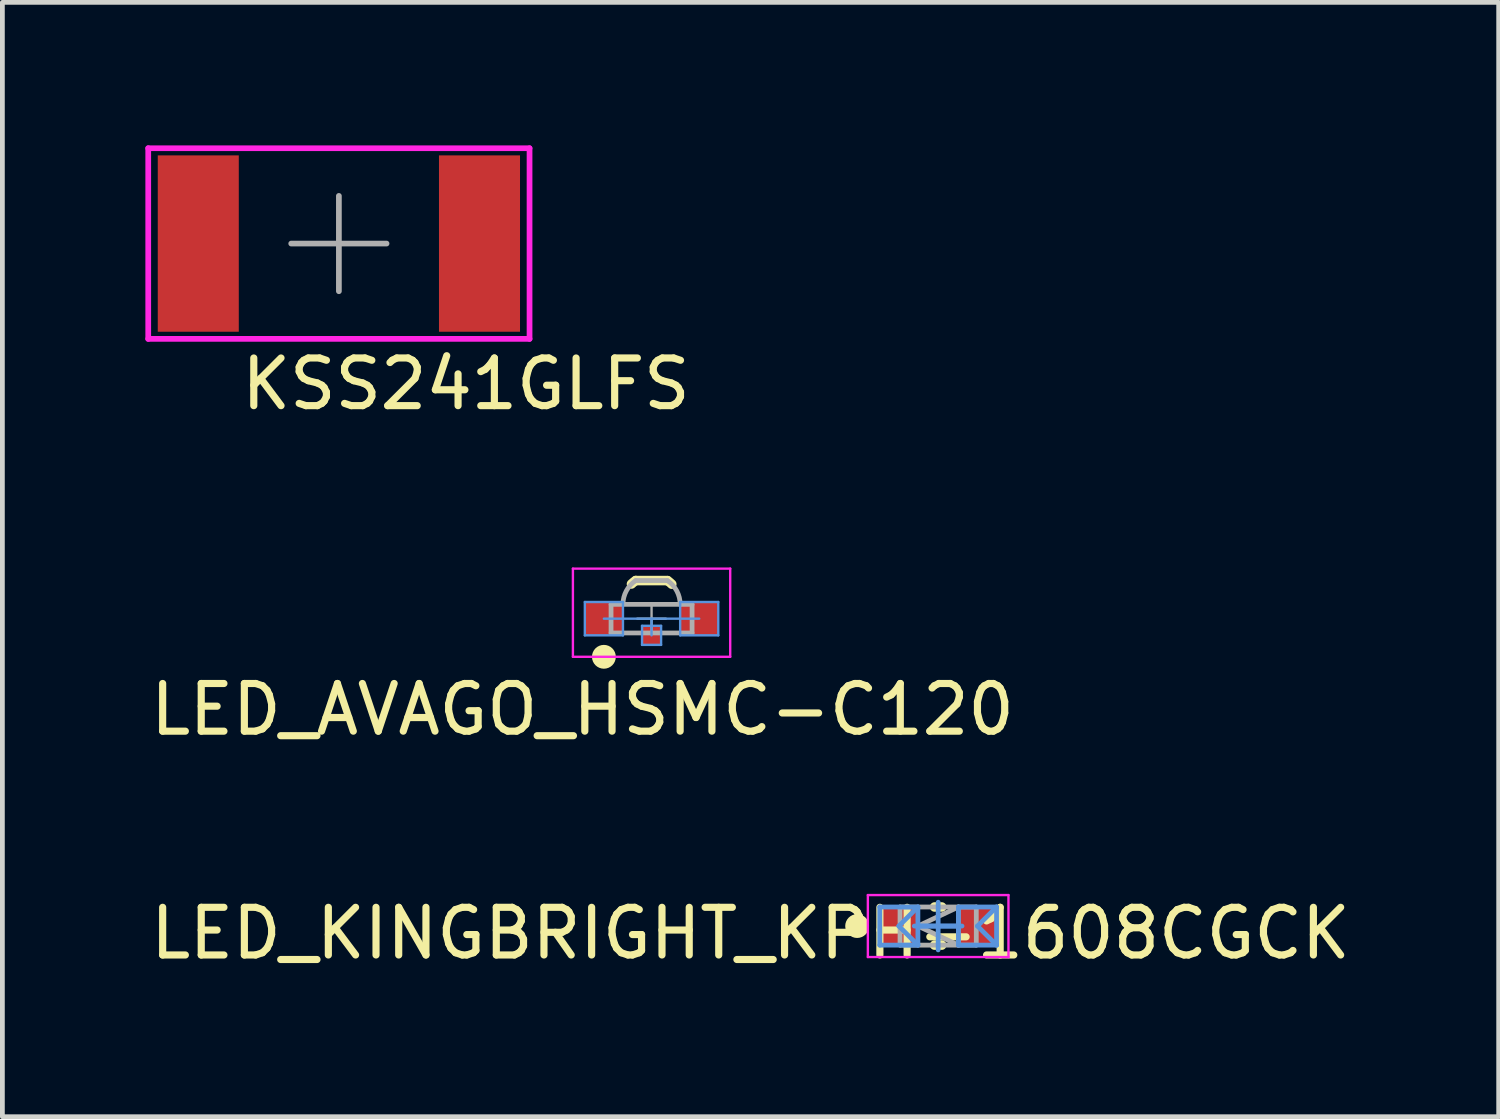
<source format=kicad_pcb>
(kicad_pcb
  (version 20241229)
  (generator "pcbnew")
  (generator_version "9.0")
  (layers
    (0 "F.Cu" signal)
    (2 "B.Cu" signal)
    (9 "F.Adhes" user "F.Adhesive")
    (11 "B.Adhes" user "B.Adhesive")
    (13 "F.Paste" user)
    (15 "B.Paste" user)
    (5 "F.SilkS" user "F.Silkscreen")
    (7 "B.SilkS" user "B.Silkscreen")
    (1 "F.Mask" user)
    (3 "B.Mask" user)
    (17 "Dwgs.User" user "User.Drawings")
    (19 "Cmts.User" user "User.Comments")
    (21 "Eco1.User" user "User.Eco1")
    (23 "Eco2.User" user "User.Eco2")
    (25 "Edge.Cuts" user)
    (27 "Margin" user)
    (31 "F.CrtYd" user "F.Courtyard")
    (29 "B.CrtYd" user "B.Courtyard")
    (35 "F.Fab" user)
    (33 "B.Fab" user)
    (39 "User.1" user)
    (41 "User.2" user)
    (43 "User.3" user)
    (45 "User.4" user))
  (footprint "KSS241GLFS"
    (layer "F.Cu")
    (at 4.06 2.06)
    (property "Reference" "KSS241GLFS" (at 2.667 2.946 180) (layer "F.SilkS") (effects (font (size 1 1) (thickness 0.15))))
    (attr smd)
    (fp_line (start -4 -2) (end 4 -2) (stroke (width 0.12) (type solid)) (layer "F.CrtYd"))
    (fp_line (start -4 2) (end -4 -2) (stroke (width 0.12) (type solid)) (layer "F.CrtYd"))
    (fp_line (start 4 -2) (end 4 2) (stroke (width 0.12) (type solid)) (layer "F.CrtYd"))
    (fp_line (start 4 2) (end -4 2) (stroke (width 0.12) (type solid)) (layer "F.CrtYd"))
    (fp_line (start -1 0) (end 1 0) (stroke (width 0.12) (type solid)) (layer "F.Fab"))
    (fp_line (start 0 -1) (end 0 1) (stroke (width 0.12) (type solid)) (layer "F.Fab"))
    (pad "1" smd rect (at -2.95 0) (size 1.7 3.7) (layers "F.Cu" "F.Mask" "F.Paste"))
    (pad "2" smd rect (at 2.95 0) (size 1.7 3.7) (layers "F.Cu" "F.Mask" "F.Paste")))
  (footprint "LED_KINGBRIGHT_KPH-1608CGCK"
    (layer "F.Cu")
    (at 16.633 16.379)
    (property "Reference" "LED_KINGBRIGHT_KPH-1608CGCK" (at -3.937 0.152 0) (layer "F.SilkS") (effects (font (size 1 1) (thickness 0.15))))
    (attr smd)
    (fp_line (start -0.075 -0.4) (end 0.075 -0.4) (stroke (width 0.2) (type solid)) (layer "F.SilkS"))
    (fp_line (start -0.075 0.4) (end 0.075 0.4) (stroke (width 0.2) (type solid)) (layer "F.SilkS"))
    (fp_circle (center -1.7 0) (end -1.575 0) (stroke (width 0.25) (type solid)) (fill no) (layer "F.SilkS"))
    (fp_line (start -1.225 -0.4) (end -0.425 -0.4) (stroke (width 0.1) (type solid)) (layer "Cmts.User"))
    (fp_line (start -1.225 0.4) (end -1.225 -0.4) (stroke (width 0.1) (type solid)) (layer "Cmts.User"))
    (fp_line (start -1.225 0.4) (end -0.425 0.4) (stroke (width 0.1) (type solid)) (layer "Cmts.User"))
    (fp_line (start -0.825 0) (end -0.425 -0.4) (stroke (width 0.1) (type solid)) (layer "Cmts.User"))
    (fp_line (start -0.825 0) (end -0.425 0.4) (stroke (width 0.1) (type solid)) (layer "Cmts.User"))
    (fp_line (start -0.5 0) (end 0 0) (stroke (width 0.1) (type solid)) (layer "Cmts.User"))
    (fp_line (start -0.425 0) (end 0.425 0) (stroke (width 0.1) (type solid)) (layer "Cmts.User"))
    (fp_line (start -0.425 0.4) (end -0.425 -0.4) (stroke (width 0.1) (type solid)) (layer "Cmts.User"))
    (fp_line (start 0 0) (end 0 -0.5) (stroke (width 0.1) (type solid)) (layer "Cmts.User"))
    (fp_line (start 0 0) (end 0.5 0) (stroke (width 0.1) (type solid)) (layer "Cmts.User"))
    (fp_line (start 0 0.5) (end 0 0) (stroke (width 0.1) (type solid)) (layer "Cmts.User"))
    (fp_line (start 0.425 -0.4) (end 1.225 -0.4) (stroke (width 0.1) (type solid)) (layer "Cmts.User"))
    (fp_line (start 0.425 0.4) (end 0.425 -0.4) (stroke (width 0.1) (type solid)) (layer "Cmts.User"))
    (fp_line (start 0.425 0.4) (end 1.225 0.4) (stroke (width 0.1) (type solid)) (layer "Cmts.User"))
    (fp_line (start 0.825 0) (end 1.225 -0.4) (stroke (width 0.1) (type solid)) (layer "Cmts.User"))
    (fp_line (start 0.825 0) (end 1.225 0.4) (stroke (width 0.1) (type solid)) (layer "Cmts.User"))
    (fp_line (start 1.225 0.4) (end 1.225 -0.4) (stroke (width 0.1) (type solid)) (layer "Cmts.User"))
    (fp_line (start -1.475 -0.65) (end 1.475 -0.65) (stroke (width 0.05) (type solid)) (layer "F.CrtYd"))
    (fp_line (start -1.475 0.65) (end -1.475 -0.65) (stroke (width 0.05) (type solid)) (layer "F.CrtYd"))
    (fp_line (start -1.475 0.65) (end 1.475 0.65) (stroke (width 0.05) (type solid)) (layer "F.CrtYd"))
    (fp_line (start 1.475 0.65) (end 1.475 -0.65) (stroke (width 0.05) (type solid)) (layer "F.CrtYd"))
    (fp_line (start -0.8 -0.4) (end 0.8 -0.4) (stroke (width 0.1) (type solid)) (layer "F.Fab"))
    (fp_line (start -0.8 0.4) (end -0.8 -0.4) (stroke (width 0.1) (type solid)) (layer "F.Fab"))
    (fp_line (start -0.8 0.4) (end 0.8 0.4) (stroke (width 0.1) (type solid)) (layer "F.Fab"))
    (fp_line (start -0.425 0) (end 0.425 -0.4) (stroke (width 0.1) (type solid)) (layer "F.Fab"))
    (fp_line (start -0.425 0) (end 0.425 0.4) (stroke (width 0.1) (type solid)) (layer "F.Fab"))
    (fp_line (start 0.425 0.4) (end 0.425 -0.4) (stroke (width 0.1) (type solid)) (layer "F.Fab"))
    (fp_line (start 0.8 0.4) (end 0.8 -0.4) (stroke (width 0.1) (type solid)) (layer "F.Fab"))
    (pad "1" smd rect (at 0.825 0) (size 0.8 0.8) (layers "F.Cu" "F.Mask" "F.Paste"))
    (pad "2" smd rect (at -0.825 0) (size 0.8 0.8) (layers "F.Cu" "F.Mask" "F.Paste")))
  (footprint "LED_AVAGO_HSMC-C120"
    (layer "F.Cu")
    (at 10.62 9.93)
    (property "Reference" "LED_AVAGO_HSMC-C120" (at -1.448 1.905 0) (layer "F.SilkS") (effects (font (size 1 1) (thickness 0.15))))
    (attr smd)
    (fp_line (start -0.332 -0.8) (end 0.332 -0.8) (stroke (width 0.2) (type solid)) (layer "F.SilkS"))
    (fp_arc (start -0.421305 -0.727465) (mid -0.378395 -0.765877) (end -0.332 -0.8) (stroke (width 0.2) (type solid)) (layer "F.SilkS"))
    (fp_arc (start 0.335307 -0.797113) (mid 0.381409 -0.762687) (end 0.424 -0.724) (stroke (width 0.2) (type solid)) (layer "F.SilkS"))
    (fp_circle (center -1 0.8) (end -0.875 0.8) (stroke (width 0.25) (type solid)) (fill no) (layer "F.SilkS"))
    (fp_line (start -1.4 -0.35) (end -0.6 -0.35) (stroke (width 0.05) (type solid)) (layer "Cmts.User"))
    (fp_line (start -1.4 0.35) (end -1.4 -0.35) (stroke (width 0.05) (type solid)) (layer "Cmts.User"))
    (fp_line (start -1.4 0.35) (end -0.6 0.35) (stroke (width 0.05) (type solid)) (layer "Cmts.User"))
    (fp_line (start -1 0) (end 1 0) (stroke (width 0.05) (type solid)) (layer "Cmts.User"))
    (fp_line (start -0.6 0.35) (end -0.6 -0.35) (stroke (width 0.05) (type solid)) (layer "Cmts.User"))
    (fp_line (start -0.2 0.15) (end 0.2 0.15) (stroke (width 0.05) (type solid)) (layer "Cmts.User"))
    (fp_line (start -0.2 0.55) (end -0.2 0.15) (stroke (width 0.05) (type solid)) (layer "Cmts.User"))
    (fp_line (start -0.2 0.55) (end 0.2 0.55) (stroke (width 0.05) (type solid)) (layer "Cmts.User"))
    (fp_line (start 0 0.35) (end 0 0) (stroke (width 0.05) (type solid)) (layer "Cmts.User"))
    (fp_line (start 0.2 0.15) (end 0.2 0.55) (stroke (width 0.05) (type solid)) (layer "Cmts.User"))
    (fp_line (start 0.6 -0.35) (end 1.4 -0.35) (stroke (width 0.05) (type solid)) (layer "Cmts.User"))
    (fp_line (start 0.6 0.35) (end 0.6 -0.35) (stroke (width 0.05) (type solid)) (layer "Cmts.User"))
    (fp_line (start 0.6 0.35) (end 1.4 0.35) (stroke (width 0.05) (type solid)) (layer "Cmts.User"))
    (fp_line (start 1.4 0.35) (end 1.4 -0.35) (stroke (width 0.05) (type solid)) (layer "Cmts.User"))
    (fp_line (start -1.65 -1.05) (end 1.65 -1.05) (stroke (width 0.05) (type solid)) (layer "F.CrtYd"))
    (fp_line (start -1.65 0.8) (end -1.65 -1.05) (stroke (width 0.05) (type solid)) (layer "F.CrtYd"))
    (fp_line (start -1.65 0.8) (end 1.65 0.8) (stroke (width 0.05) (type solid)) (layer "F.CrtYd"))
    (fp_line (start 1.65 0.8) (end 1.65 -1.05) (stroke (width 0.05) (type solid)) (layer "F.CrtYd"))
    (fp_line (start -0.85 -0.3) (end 0.85 -0.3) (stroke (width 0.1) (type solid)) (layer "F.Fab"))
    (fp_line (start -0.85 0.3) (end -0.85 -0.3) (stroke (width 0.1) (type solid)) (layer "F.Fab"))
    (fp_line (start -0.85 0.3) (end 0.85 0.3) (stroke (width 0.1) (type solid)) (layer "F.Fab"))
    (fp_line (start -0.332 -0.8) (end 0.332 -0.8) (stroke (width 0.1) (type solid)) (layer "F.Fab"))
    (fp_line (start -0.3 0) (end 0.3 0) (stroke (width 0.05) (type solid)) (layer "F.Fab"))
    (fp_line (start 0 0.3) (end 0 -0.3) (stroke (width 0.05) (type solid)) (layer "F.Fab"))
    (fp_line (start 0.85 0.3) (end 0.85 -0.3) (stroke (width 0.1) (type solid)) (layer "F.Fab"))
    (fp_arc (start -0.600171 -0.304356) (mid -0.527875 -0.585609) (end -0.332 -0.8) (stroke (width 0.1) (type solid)) (layer "F.Fab"))
    (fp_arc (start 0.335516 -0.797423) (mid 0.529769 -0.581683) (end 0.6 -0.3) (stroke (width 0.1) (type solid)) (layer "F.Fab"))
    (pad "1" smd rect (at -1 0 180) (size 0.8 0.7) (layers "F.Cu" "F.Mask" "F.Paste"))
    (pad "2" smd rect (at 1 0 180) (size 0.8 0.7) (layers "F.Cu" "F.Mask" "F.Paste"))
    (pad "3" smd rect (at 0 0.35 180) (size 0.4 0.4) (layers "F.Cu" "F.Mask" "F.Paste")))
  (gr_rect
    (start -3 -3)
    (end 28.393 20.379)
    (stroke (width 0.1) (type default))
    (fill no)
    (layer "Edge.Cuts")))
</source>
